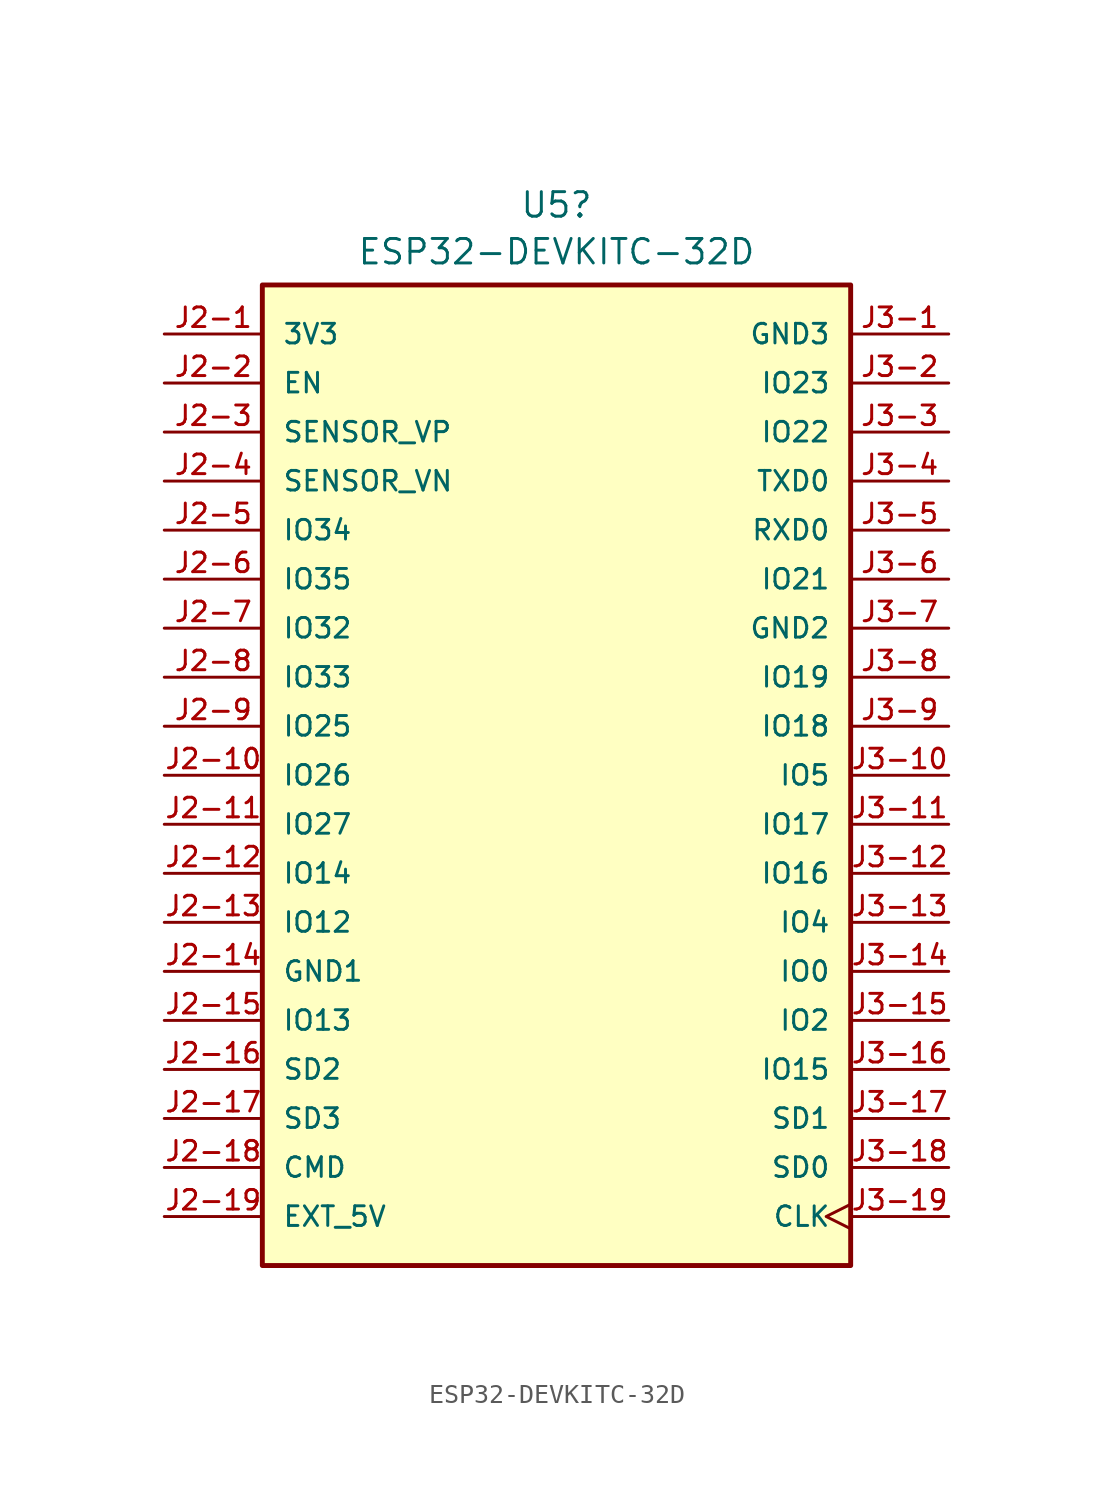
<source format=kicad_sym>
(kicad_symbol_lib
  (version 20220914)
  (generator kicad_symbol_editor)
  (symbol "ESP32-DEVKITC-32D"
    (pin_names
      (offset 1.016))
    (property "Reference" "U5"
      (at 0 29.544 0)
      (effects (font (size 1.27 1.27))))
    (property "Value" "ESP32-DEVKITC-32D"
      (at 0 27.12 0)
      (effects (font (size 1.27 1.27))))
    (symbol "ESP32-DEVKITC-32D_0_0"
      (rectangle (start -15.24 -25.4) (end 15.24 25.4) (stroke (width 0.254) (type default)) (fill (type background)))
      (pin power_in line (at -20.32 22.86 0) (length 5.08) (name "3V3" (effects (font (size 1.016 1.016)))) (number "J2-1" (effects (font (size 1.016 1.016)))))
      (pin bidirectional line (at -20.32 0 0) (length 5.08) (name "IO26" (effects (font (size 1.016 1.016)))) (number "J2-10" (effects (font (size 1.016 1.016)))))
      (pin bidirectional line (at -20.32 -2.54 0) (length 5.08) (name "IO27" (effects (font (size 1.016 1.016)))) (number "J2-11" (effects (font (size 1.016 1.016)))))
      (pin bidirectional line (at -20.32 -5.08 0) (length 5.08) (name "IO14" (effects (font (size 1.016 1.016)))) (number "J2-12" (effects (font (size 1.016 1.016)))))
      (pin bidirectional line (at -20.32 -7.62 0) (length 5.08) (name "IO12" (effects (font (size 1.016 1.016)))) (number "J2-13" (effects (font (size 1.016 1.016)))))
      (pin power_in line (at -20.32 -10.16 0) (length 5.08) (name "GND1" (effects (font (size 1.016 1.016)))) (number "J2-14" (effects (font (size 1.016 1.016)))))
      (pin bidirectional line (at -20.32 -12.7 0) (length 5.08) (name "IO13" (effects (font (size 1.016 1.016)))) (number "J2-15" (effects (font (size 1.016 1.016)))))
      (pin bidirectional line (at -20.32 -15.24 0) (length 5.08) (name "SD2" (effects (font (size 1.016 1.016)))) (number "J2-16" (effects (font (size 1.016 1.016)))))
      (pin bidirectional line (at -20.32 -17.78 0) (length 5.08) (name "SD3" (effects (font (size 1.016 1.016)))) (number "J2-17" (effects (font (size 1.016 1.016)))))
      (pin bidirectional line (at -20.32 -20.32 0) (length 5.08) (name "CMD" (effects (font (size 1.016 1.016)))) (number "J2-18" (effects (font (size 1.016 1.016)))))
      (pin power_in line (at -20.32 -22.86 0) (length 5.08) (name "EXT_5V" (effects (font (size 1.016 1.016)))) (number "J2-19" (effects (font (size 1.016 1.016)))))
      (pin input line (at -20.32 20.32 0) (length 5.08) (name "EN" (effects (font (size 1.016 1.016)))) (number "J2-2" (effects (font (size 1.016 1.016)))))
      (pin input line (at -20.32 17.78 0) (length 5.08) (name "SENSOR_VP" (effects (font (size 1.016 1.016)))) (number "J2-3" (effects (font (size 1.016 1.016)))))
      (pin input line (at -20.32 15.24 0) (length 5.08) (name "SENSOR_VN" (effects (font (size 1.016 1.016)))) (number "J2-4" (effects (font (size 1.016 1.016)))))
      (pin bidirectional line (at -20.32 12.7 0) (length 5.08) (name "IO34" (effects (font (size 1.016 1.016)))) (number "J2-5" (effects (font (size 1.016 1.016)))))
      (pin bidirectional line (at -20.32 10.16 0) (length 5.08) (name "IO35" (effects (font (size 1.016 1.016)))) (number "J2-6" (effects (font (size 1.016 1.016)))))
      (pin bidirectional line (at -20.32 7.62 0) (length 5.08) (name "IO32" (effects (font (size 1.016 1.016)))) (number "J2-7" (effects (font (size 1.016 1.016)))))
      (pin bidirectional line (at -20.32 5.08 0) (length 5.08) (name "IO33" (effects (font (size 1.016 1.016)))) (number "J2-8" (effects (font (size 1.016 1.016)))))
      (pin bidirectional line (at -20.32 2.54 0) (length 5.08) (name "IO25" (effects (font (size 1.016 1.016)))) (number "J2-9" (effects (font (size 1.016 1.016)))))
      (pin power_in line (at 20.32 22.86 180) (length 5.08) (name "GND3" (effects (font (size 1.016 1.016)))) (number "J3-1" (effects (font (size 1.016 1.016)))))
      (pin bidirectional line (at 20.32 0 180) (length 5.08) (name "IO5" (effects (font (size 1.016 1.016)))) (number "J3-10" (effects (font (size 1.016 1.016)))))
      (pin bidirectional line (at 20.32 -2.54 180) (length 5.08) (name "IO17" (effects (font (size 1.016 1.016)))) (number "J3-11" (effects (font (size 1.016 1.016)))))
      (pin bidirectional line (at 20.32 -5.08 180) (length 5.08) (name "IO16" (effects (font (size 1.016 1.016)))) (number "J3-12" (effects (font (size 1.016 1.016)))))
      (pin bidirectional line (at 20.32 -7.62 180) (length 5.08) (name "IO4" (effects (font (size 1.016 1.016)))) (number "J3-13" (effects (font (size 1.016 1.016)))))
      (pin bidirectional line (at 20.32 -10.16 180) (length 5.08) (name "IO0" (effects (font (size 1.016 1.016)))) (number "J3-14" (effects (font (size 1.016 1.016)))))
      (pin bidirectional line (at 20.32 -12.7 180) (length 5.08) (name "IO2" (effects (font (size 1.016 1.016)))) (number "J3-15" (effects (font (size 1.016 1.016)))))
      (pin bidirectional line (at 20.32 -15.24 180) (length 5.08) (name "IO15" (effects (font (size 1.016 1.016)))) (number "J3-16" (effects (font (size 1.016 1.016)))))
      (pin bidirectional line (at 20.32 -17.78 180) (length 5.08) (name "SD1" (effects (font (size 1.016 1.016)))) (number "J3-17" (effects (font (size 1.016 1.016)))))
      (pin bidirectional line (at 20.32 -20.32 180) (length 5.08) (name "SD0" (effects (font (size 1.016 1.016)))) (number "J3-18" (effects (font (size 1.016 1.016)))))
      (pin input clock (at 20.32 -22.86 180) (length 5.08) (name "CLK" (effects (font (size 1.016 1.016)))) (number "J3-19" (effects (font (size 1.016 1.016)))))
      (pin bidirectional line (at 20.32 20.32 180) (length 5.08) (name "IO23" (effects (font (size 1.016 1.016)))) (number "J3-2" (effects (font (size 1.016 1.016)))))
      (pin bidirectional line (at 20.32 17.78 180) (length 5.08) (name "IO22" (effects (font (size 1.016 1.016)))) (number "J3-3" (effects (font (size 1.016 1.016)))))
      (pin output line (at 20.32 15.24 180) (length 5.08) (name "TXD0" (effects (font (size 1.016 1.016)))) (number "J3-4" (effects (font (size 1.016 1.016)))))
      (pin input line (at 20.32 12.7 180) (length 5.08) (name "RXD0" (effects (font (size 1.016 1.016)))) (number "J3-5" (effects (font (size 1.016 1.016)))))
      (pin bidirectional line (at 20.32 10.16 180) (length 5.08) (name "IO21" (effects (font (size 1.016 1.016)))) (number "J3-6" (effects (font (size 1.016 1.016)))))
      (pin power_in line (at 20.32 7.62 180) (length 5.08) (name "GND2" (effects (font (size 1.016 1.016)))) (number "J3-7" (effects (font (size 1.016 1.016)))))
      (pin bidirectional line (at 20.32 5.08 180) (length 5.08) (name "IO19" (effects (font (size 1.016 1.016)))) (number "J3-8" (effects (font (size 1.016 1.016)))))
      (pin bidirectional line (at 20.32 2.54 180) (length 5.08) (name "IO18" (effects (font (size 1.016 1.016)))) (number "J3-9" (effects (font (size 1.016 1.016))))))))
</source>
